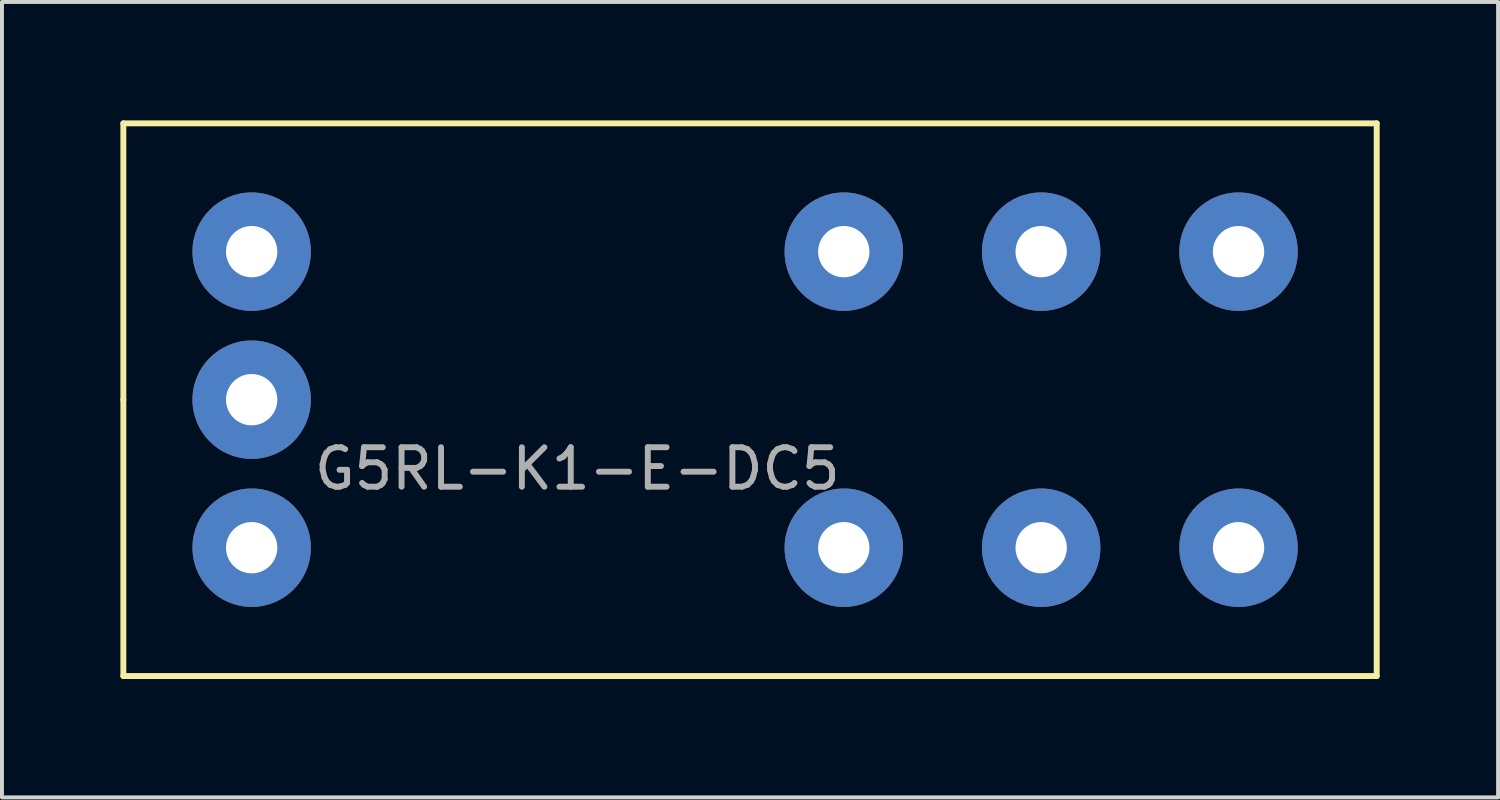
<source format=kicad_pcb>
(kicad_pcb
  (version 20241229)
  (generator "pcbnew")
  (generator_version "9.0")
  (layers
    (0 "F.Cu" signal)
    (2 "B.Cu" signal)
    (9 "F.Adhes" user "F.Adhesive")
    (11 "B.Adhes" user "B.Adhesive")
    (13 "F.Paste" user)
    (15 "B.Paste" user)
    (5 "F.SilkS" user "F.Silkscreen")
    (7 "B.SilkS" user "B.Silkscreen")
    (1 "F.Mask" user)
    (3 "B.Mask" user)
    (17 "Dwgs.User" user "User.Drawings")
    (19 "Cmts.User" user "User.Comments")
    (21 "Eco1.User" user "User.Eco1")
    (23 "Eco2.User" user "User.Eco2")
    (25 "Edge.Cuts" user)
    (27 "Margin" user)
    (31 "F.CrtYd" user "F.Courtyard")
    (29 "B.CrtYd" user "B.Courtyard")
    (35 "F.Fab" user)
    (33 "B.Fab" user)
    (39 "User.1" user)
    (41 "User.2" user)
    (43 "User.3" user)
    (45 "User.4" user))
  (footprint "G5RL-K1-E-DC5"
    (layer "F.Cu")
    (at 17.075 7.075)
    (property "Reference" "G5RL-K1-E-DC5" (at -5.5 1.75 0) (layer "F.Fab") (effects (font (size 1 1) (thickness 0.15))))
    (attr through_hole)
    (fp_line (start -17 -7) (end 14.75 -7) (stroke (width 0.15) (type solid)) (layer "F.SilkS"))
    (fp_line (start -17 0) (end -17 -7) (stroke (width 0.15) (type solid)) (layer "F.SilkS"))
    (fp_line (start -17 7) (end -17 0) (stroke (width 0.15) (type solid)) (layer "F.SilkS"))
    (fp_line (start 14.75 -7) (end 14.75 7) (stroke (width 0.15) (type solid)) (layer "F.SilkS"))
    (fp_line (start 14.75 7) (end -17 7) (stroke (width 0.15) (type solid)) (layer "F.SilkS"))
    (pad "1" thru_hole circle (at -13.75 -3.75) (size 3 3) (drill 1.3) (layers "*.Cu" "*.Mask"))
    (pad "2" thru_hole circle (at 1.25 -3.75) (size 3 3) (drill 1.3) (layers "*.Cu" "*.Mask"))
    (pad "3" thru_hole circle (at 6.25 -3.75) (size 3 3) (drill 1.3) (layers "*.Cu" "*.Mask"))
    (pad "4" thru_hole circle (at 11.25 -3.75) (size 3 3) (drill 1.3) (layers "*.Cu" "*.Mask"))
    (pad "5" thru_hole circle (at 11.25 3.75) (size 3 3) (drill 1.3) (layers "*.Cu" "*.Mask"))
    (pad "6" thru_hole circle (at 6.25 3.75) (size 3 3) (drill 1.3) (layers "*.Cu" "*.Mask"))
    (pad "7" thru_hole circle (at 1.25 3.75) (size 3 3) (drill 1.3) (layers "*.Cu" "*.Mask"))
    (pad "8" thru_hole circle (at -13.75 3.75) (size 3 3) (drill 1.3) (layers "*.Cu" "*.Mask"))
    (pad "9" thru_hole circle (at -13.75 0) (size 3 3) (drill 1.3) (layers "*.Cu" "*.Mask")))
  (gr_rect
    (start -3 -3)
    (end 34.9 17.15)
    (stroke (width 0.1) (type default))
    (fill no)
    (layer "Edge.Cuts")))
</source>
